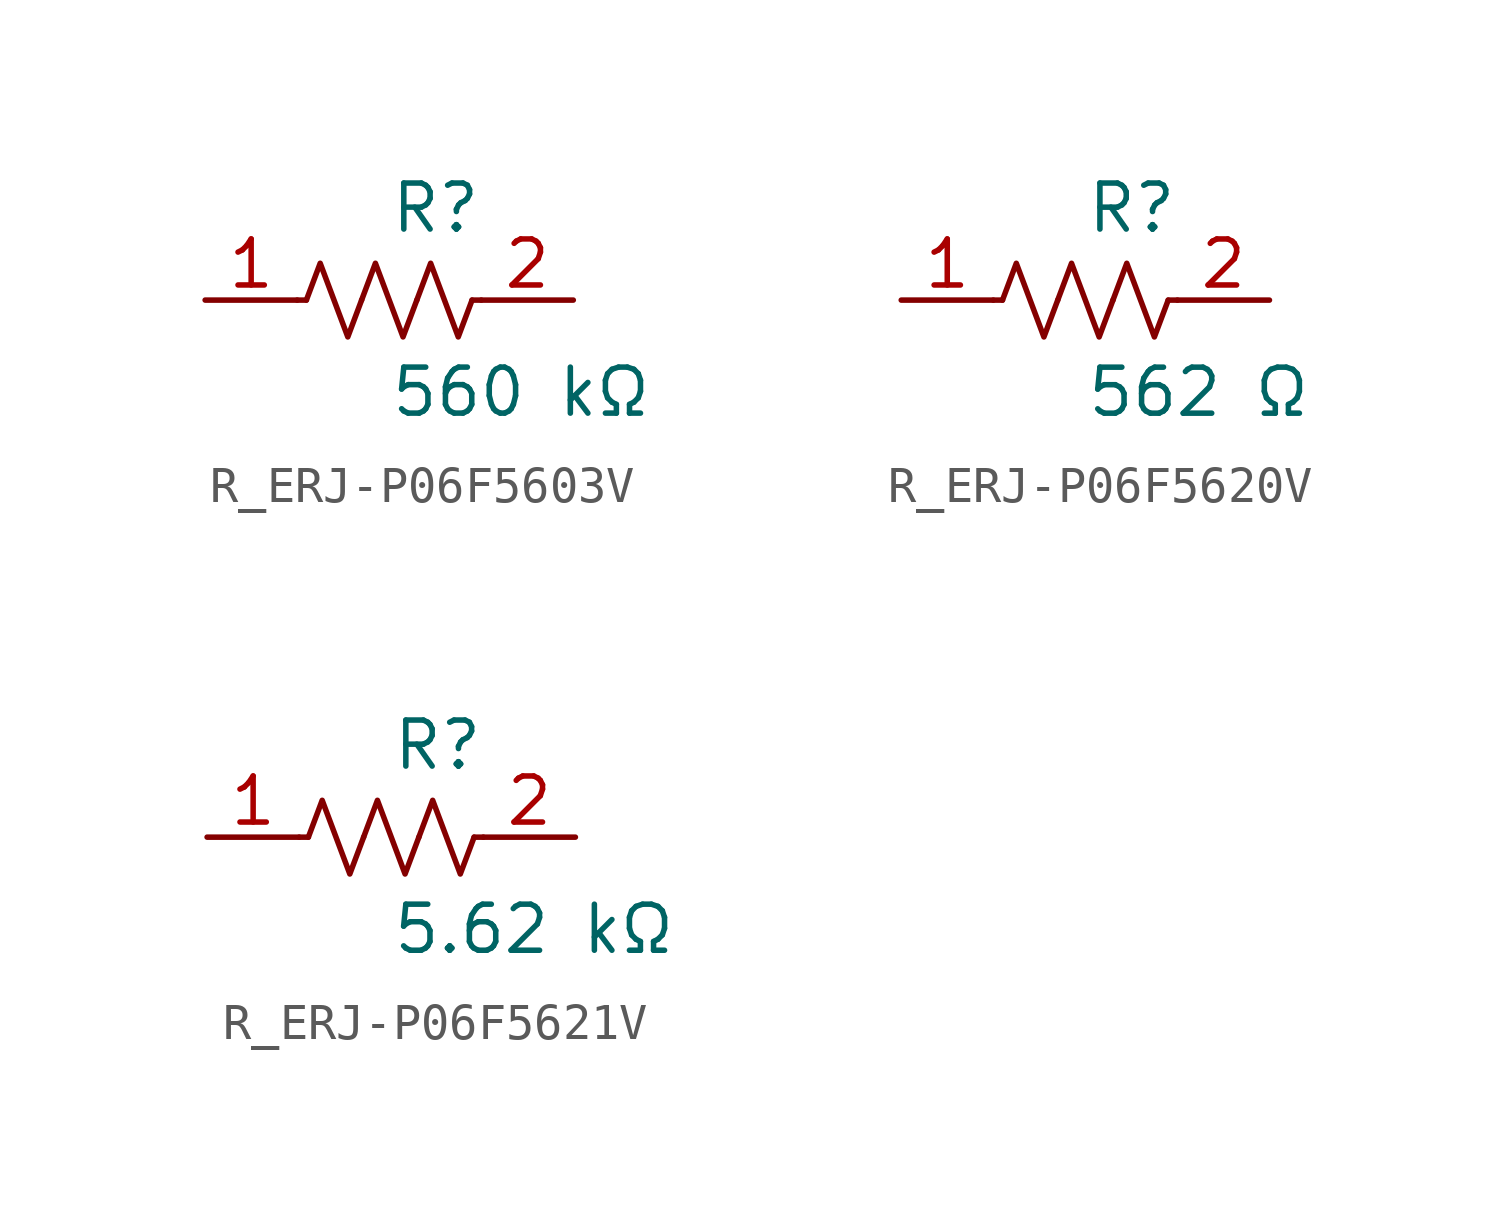
<source format=kicad_sym>
(kicad_symbol_lib
  (version 20231120)
  (generator kicad_symbol_editor)
  (generator_version 8.0)
  (symbol "R_ERJ-P06F5603V"
    (pin_names
      (offset 0.254))
    (property "Reference" "R"
      (at 0 2.54 0)
      (effects (font (size 1.27 1.27)) (justify left)))
    (property "Value" "560 kΩ"
      (at 0 -2.54 0)
      (effects (font (size 1.27 1.27)) (justify left)))
    (symbol "R_ERJ-P06F5603V_0_1"
      (polyline (pts (xy 2.286 0) (xy 2.54 0)) (stroke (width 0) (type default)) (fill (type none)))
      (polyline (pts (xy -2.286 0) (xy -2.54 0)) (stroke (width 0) (type default)) (fill (type none)))
      (polyline (pts (xy 0.762 0) (xy 1.143 1.016) (xy 1.524 0) (xy 1.905 -1.016) (xy 2.286 0)) (stroke (width 0) (type default)) (fill (type none)))
      (polyline (pts (xy -0.762 0) (xy -0.381 1.016) (xy 0 0) (xy 0.381 -1.016) (xy 0.762 0)) (stroke (width 0) (type default)) (fill (type none)))
      (polyline (pts (xy -2.286 0) (xy -1.905 1.016) (xy -1.524 0) (xy -1.143 -1.016) (xy -0.762 0)) (stroke (width 0) (type default)) (fill (type none))))
    (pin passive line
      (at -5.08 0 0)
      (length 2.54)
      (name "" (effects (font (size 1.27 1.27))))
      (number "1" (effects (font (size 1.27 1.27)))))
    (pin passive line
      (at 5.08 0 180)
      (length 2.54)
      (name "" (effects (font (size 1.27 1.27))))
      (number "2" (effects (font (size 1.27 1.27))))))
  (symbol "R_ERJ-P06F5620V"
    (pin_names
      (offset 0.254))
    (property "Reference" "R"
      (at 0 2.54 0)
      (effects (font (size 1.27 1.27)) (justify left)))
    (property "Value" "562 Ω"
      (at 0 -2.54 0)
      (effects (font (size 1.27 1.27)) (justify left)))
    (symbol "R_ERJ-P06F5620V_0_1"
      (polyline (pts (xy 2.286 0) (xy 2.54 0)) (stroke (width 0) (type default)) (fill (type none)))
      (polyline (pts (xy -2.286 0) (xy -2.54 0)) (stroke (width 0) (type default)) (fill (type none)))
      (polyline (pts (xy 0.762 0) (xy 1.143 1.016) (xy 1.524 0) (xy 1.905 -1.016) (xy 2.286 0)) (stroke (width 0) (type default)) (fill (type none)))
      (polyline (pts (xy -0.762 0) (xy -0.381 1.016) (xy 0 0) (xy 0.381 -1.016) (xy 0.762 0)) (stroke (width 0) (type default)) (fill (type none)))
      (polyline (pts (xy -2.286 0) (xy -1.905 1.016) (xy -1.524 0) (xy -1.143 -1.016) (xy -0.762 0)) (stroke (width 0) (type default)) (fill (type none))))
    (pin passive line
      (at -5.08 0 0)
      (length 2.54)
      (name "" (effects (font (size 1.27 1.27))))
      (number "1" (effects (font (size 1.27 1.27)))))
    (pin passive line
      (at 5.08 0 180)
      (length 2.54)
      (name "" (effects (font (size 1.27 1.27))))
      (number "2" (effects (font (size 1.27 1.27))))))
  (symbol "R_ERJ-P06F5621V"
    (pin_names
      (offset 0.254))
    (property "Reference" "R"
      (at 0 2.54 0)
      (effects (font (size 1.27 1.27)) (justify left)))
    (property "Value" "5.62 kΩ"
      (at 0 -2.54 0)
      (effects (font (size 1.27 1.27)) (justify left)))
    (symbol "R_ERJ-P06F5621V_0_1"
      (polyline (pts (xy 2.286 0) (xy 2.54 0)) (stroke (width 0) (type default)) (fill (type none)))
      (polyline (pts (xy -2.286 0) (xy -2.54 0)) (stroke (width 0) (type default)) (fill (type none)))
      (polyline (pts (xy 0.762 0) (xy 1.143 1.016) (xy 1.524 0) (xy 1.905 -1.016) (xy 2.286 0)) (stroke (width 0) (type default)) (fill (type none)))
      (polyline (pts (xy -0.762 0) (xy -0.381 1.016) (xy 0 0) (xy 0.381 -1.016) (xy 0.762 0)) (stroke (width 0) (type default)) (fill (type none)))
      (polyline (pts (xy -2.286 0) (xy -1.905 1.016) (xy -1.524 0) (xy -1.143 -1.016) (xy -0.762 0)) (stroke (width 0) (type default)) (fill (type none))))
    (pin passive line
      (at -5.08 0 0)
      (length 2.54)
      (name "" (effects (font (size 1.27 1.27))))
      (number "1" (effects (font (size 1.27 1.27)))))
    (pin passive line
      (at 5.08 0 180)
      (length 2.54)
      (name "" (effects (font (size 1.27 1.27))))
      (number "2" (effects (font (size 1.27 1.27)))))))
</source>
